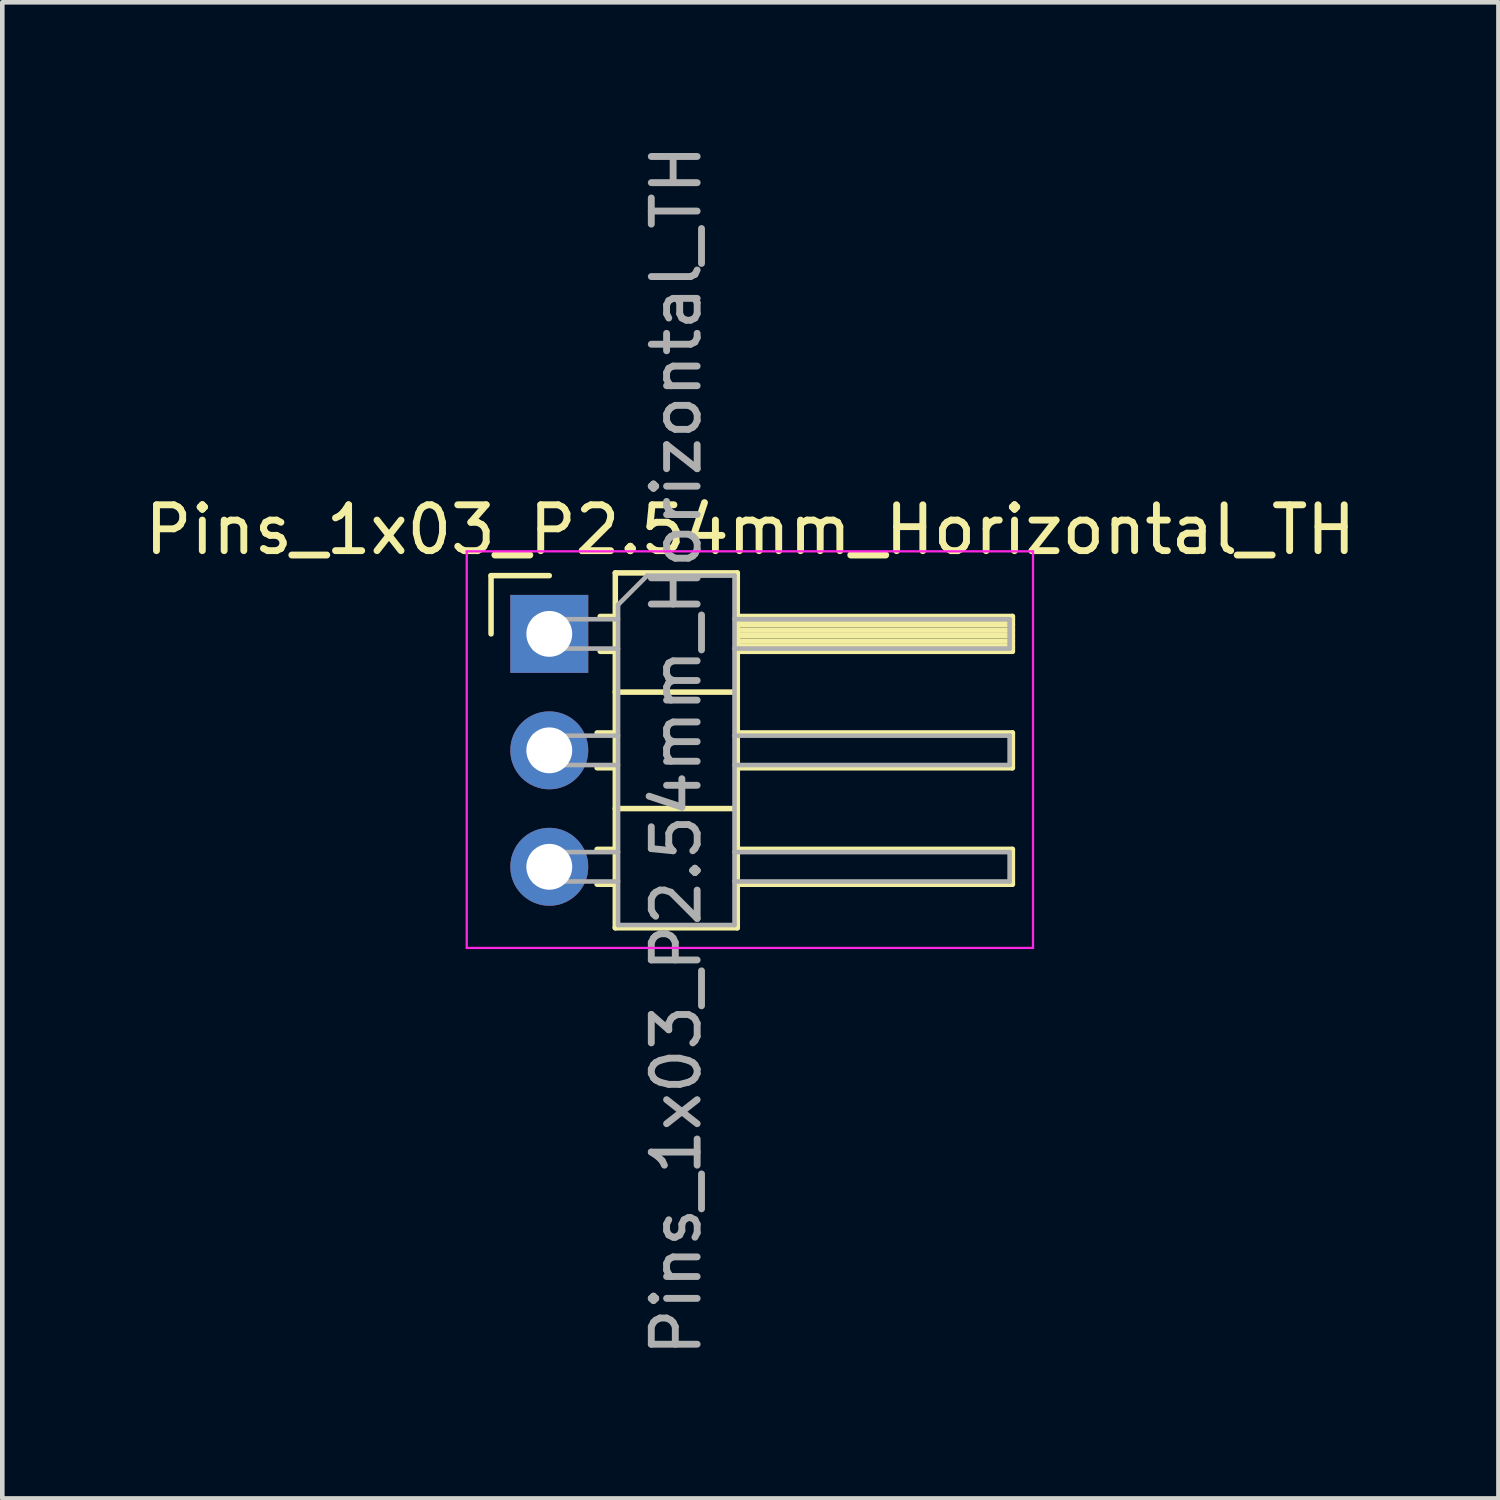
<source format=kicad_pcb>
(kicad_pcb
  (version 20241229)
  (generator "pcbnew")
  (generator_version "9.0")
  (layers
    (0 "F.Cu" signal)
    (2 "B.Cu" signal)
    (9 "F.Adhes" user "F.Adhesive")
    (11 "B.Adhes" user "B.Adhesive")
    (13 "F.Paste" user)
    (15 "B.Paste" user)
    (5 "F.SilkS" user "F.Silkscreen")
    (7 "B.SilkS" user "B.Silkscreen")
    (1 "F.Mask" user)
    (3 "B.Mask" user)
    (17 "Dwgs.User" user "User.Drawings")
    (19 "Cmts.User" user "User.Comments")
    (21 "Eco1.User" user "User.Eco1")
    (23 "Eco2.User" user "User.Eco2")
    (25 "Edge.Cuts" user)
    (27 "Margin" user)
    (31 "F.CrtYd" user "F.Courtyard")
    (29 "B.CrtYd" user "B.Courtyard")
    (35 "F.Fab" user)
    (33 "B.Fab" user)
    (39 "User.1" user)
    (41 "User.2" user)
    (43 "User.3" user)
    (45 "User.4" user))
  (footprint "Pins_1x03_P2.54mm_Horizontal_TH"
    (layer "F.Cu")
    (at 8.93 13.315)
    (property "Reference" "Pins_1x03_P2.54mm_Horizontal_TH" (at 4.385 -4.81 0) (layer "F.SilkS") (effects (font (size 1 1) (thickness 0.15))))
    (attr through_hole)
    (fp_line (start -1.27 -3.81) (end 0 -3.81) (stroke (width 0.12) (type solid)) (layer "F.SilkS"))
    (fp_line (start -1.27 -2.54) (end -1.27 -3.81) (stroke (width 0.12) (type solid)) (layer "F.SilkS"))
    (fp_line (start 1.043 -0.38) (end 1.44 -0.38) (stroke (width 0.12) (type solid)) (layer "F.SilkS"))
    (fp_line (start 1.043 0.38) (end 1.44 0.38) (stroke (width 0.12) (type solid)) (layer "F.SilkS"))
    (fp_line (start 1.043 2.16) (end 1.44 2.16) (stroke (width 0.12) (type solid)) (layer "F.SilkS"))
    (fp_line (start 1.043 2.92) (end 1.44 2.92) (stroke (width 0.12) (type solid)) (layer "F.SilkS"))
    (fp_line (start 1.11 -2.92) (end 1.44 -2.92) (stroke (width 0.12) (type solid)) (layer "F.SilkS"))
    (fp_line (start 1.11 -2.16) (end 1.44 -2.16) (stroke (width 0.12) (type solid)) (layer "F.SilkS"))
    (fp_line (start 1.44 -3.87) (end 1.44 3.87) (stroke (width 0.12) (type solid)) (layer "F.SilkS"))
    (fp_line (start 1.44 -1.27) (end 4.1 -1.27) (stroke (width 0.12) (type solid)) (layer "F.SilkS"))
    (fp_line (start 1.44 1.27) (end 4.1 1.27) (stroke (width 0.12) (type solid)) (layer "F.SilkS"))
    (fp_line (start 1.44 3.87) (end 4.1 3.87) (stroke (width 0.12) (type solid)) (layer "F.SilkS"))
    (fp_line (start 4.1 -3.87) (end 1.44 -3.87) (stroke (width 0.12) (type solid)) (layer "F.SilkS"))
    (fp_line (start 4.1 -2.92) (end 10.1 -2.92) (stroke (width 0.12) (type solid)) (layer "F.SilkS"))
    (fp_line (start 4.1 -2.86) (end 10.1 -2.86) (stroke (width 0.12) (type solid)) (layer "F.SilkS"))
    (fp_line (start 4.1 -2.74) (end 10.1 -2.74) (stroke (width 0.12) (type solid)) (layer "F.SilkS"))
    (fp_line (start 4.1 -2.62) (end 10.1 -2.62) (stroke (width 0.12) (type solid)) (layer "F.SilkS"))
    (fp_line (start 4.1 -2.5) (end 10.1 -2.5) (stroke (width 0.12) (type solid)) (layer "F.SilkS"))
    (fp_line (start 4.1 -2.38) (end 10.1 -2.38) (stroke (width 0.12) (type solid)) (layer "F.SilkS"))
    (fp_line (start 4.1 -2.26) (end 10.1 -2.26) (stroke (width 0.12) (type solid)) (layer "F.SilkS"))
    (fp_line (start 4.1 -0.38) (end 10.1 -0.38) (stroke (width 0.12) (type solid)) (layer "F.SilkS"))
    (fp_line (start 4.1 2.16) (end 10.1 2.16) (stroke (width 0.12) (type solid)) (layer "F.SilkS"))
    (fp_line (start 4.1 3.87) (end 4.1 -3.87) (stroke (width 0.12) (type solid)) (layer "F.SilkS"))
    (fp_line (start 10.1 -2.92) (end 10.1 -2.16) (stroke (width 0.12) (type solid)) (layer "F.SilkS"))
    (fp_line (start 10.1 -2.16) (end 4.1 -2.16) (stroke (width 0.12) (type solid)) (layer "F.SilkS"))
    (fp_line (start 10.1 -0.38) (end 10.1 0.38) (stroke (width 0.12) (type solid)) (layer "F.SilkS"))
    (fp_line (start 10.1 0.38) (end 4.1 0.38) (stroke (width 0.12) (type solid)) (layer "F.SilkS"))
    (fp_line (start 10.1 2.16) (end 10.1 2.92) (stroke (width 0.12) (type solid)) (layer "F.SilkS"))
    (fp_line (start 10.1 2.92) (end 4.1 2.92) (stroke (width 0.12) (type solid)) (layer "F.SilkS"))
    (fp_line (start -1.8 -4.34) (end -1.8 4.31) (stroke (width 0.05) (type solid)) (layer "F.CrtYd"))
    (fp_line (start -1.8 4.31) (end 10.55 4.31) (stroke (width 0.05) (type solid)) (layer "F.CrtYd"))
    (fp_line (start 10.55 -4.34) (end -1.8 -4.34) (stroke (width 0.05) (type solid)) (layer "F.CrtYd"))
    (fp_line (start 10.55 4.31) (end 10.55 -4.34) (stroke (width 0.05) (type solid)) (layer "F.CrtYd"))
    (fp_line (start -0.32 -2.86) (end -0.32 -2.22) (stroke (width 0.1) (type solid)) (layer "F.Fab"))
    (fp_line (start -0.32 -2.86) (end 1.5 -2.86) (stroke (width 0.1) (type solid)) (layer "F.Fab"))
    (fp_line (start -0.32 -2.22) (end 1.5 -2.22) (stroke (width 0.1) (type solid)) (layer "F.Fab"))
    (fp_line (start -0.32 -0.32) (end -0.32 0.32) (stroke (width 0.1) (type solid)) (layer "F.Fab"))
    (fp_line (start -0.32 -0.32) (end 1.5 -0.32) (stroke (width 0.1) (type solid)) (layer "F.Fab"))
    (fp_line (start -0.32 0.32) (end 1.5 0.32) (stroke (width 0.1) (type solid)) (layer "F.Fab"))
    (fp_line (start -0.32 2.22) (end -0.32 2.86) (stroke (width 0.1) (type solid)) (layer "F.Fab"))
    (fp_line (start -0.32 2.22) (end 1.5 2.22) (stroke (width 0.1) (type solid)) (layer "F.Fab"))
    (fp_line (start -0.32 2.86) (end 1.5 2.86) (stroke (width 0.1) (type solid)) (layer "F.Fab"))
    (fp_line (start 1.5 -3.175) (end 2.135 -3.81) (stroke (width 0.1) (type solid)) (layer "F.Fab"))
    (fp_line (start 1.5 3.81) (end 1.5 -3.175) (stroke (width 0.1) (type solid)) (layer "F.Fab"))
    (fp_line (start 2.135 -3.81) (end 4.04 -3.81) (stroke (width 0.1) (type solid)) (layer "F.Fab"))
    (fp_line (start 4.04 -3.81) (end 4.04 3.81) (stroke (width 0.1) (type solid)) (layer "F.Fab"))
    (fp_line (start 4.04 -2.86) (end 10.04 -2.86) (stroke (width 0.1) (type solid)) (layer "F.Fab"))
    (fp_line (start 4.04 -2.22) (end 10.04 -2.22) (stroke (width 0.1) (type solid)) (layer "F.Fab"))
    (fp_line (start 4.04 -0.32) (end 10.04 -0.32) (stroke (width 0.1) (type solid)) (layer "F.Fab"))
    (fp_line (start 4.04 0.32) (end 10.04 0.32) (stroke (width 0.1) (type solid)) (layer "F.Fab"))
    (fp_line (start 4.04 2.22) (end 10.04 2.22) (stroke (width 0.1) (type solid)) (layer "F.Fab"))
    (fp_line (start 4.04 2.86) (end 10.04 2.86) (stroke (width 0.1) (type solid)) (layer "F.Fab"))
    (fp_line (start 4.04 3.81) (end 1.5 3.81) (stroke (width 0.1) (type solid)) (layer "F.Fab"))
    (fp_line (start 10.04 -2.86) (end 10.04 -2.22) (stroke (width 0.1) (type solid)) (layer "F.Fab"))
    (fp_line (start 10.04 -0.32) (end 10.04 0.32) (stroke (width 0.1) (type solid)) (layer "F.Fab"))
    (fp_line (start 10.04 2.22) (end 10.04 2.86) (stroke (width 0.1) (type solid)) (layer "F.Fab"))
    (fp_text user "${REFERENCE}" (at 2.77 0 90) (layer "F.Fab") (effects (font (size 1 1) (thickness 0.15))))
    (pad "1" thru_hole rect (at 0 -2.54) (size 1.7 1.7) (drill 1) (layers "*.Cu" "*.Mask"))
    (pad "2" thru_hole oval (at 0 0) (size 1.7 1.7) (drill 1) (layers "*.Cu" "*.Mask"))
    (pad "3" thru_hole oval (at 0 2.54) (size 1.7 1.7) (drill 1) (layers "*.Cu" "*.Mask")))
  (gr_rect
    (start -3 -3)
    (end 29.631 29.631)
    (stroke (width 0.1) (type default))
    (fill no)
    (layer "Edge.Cuts")))
</source>
